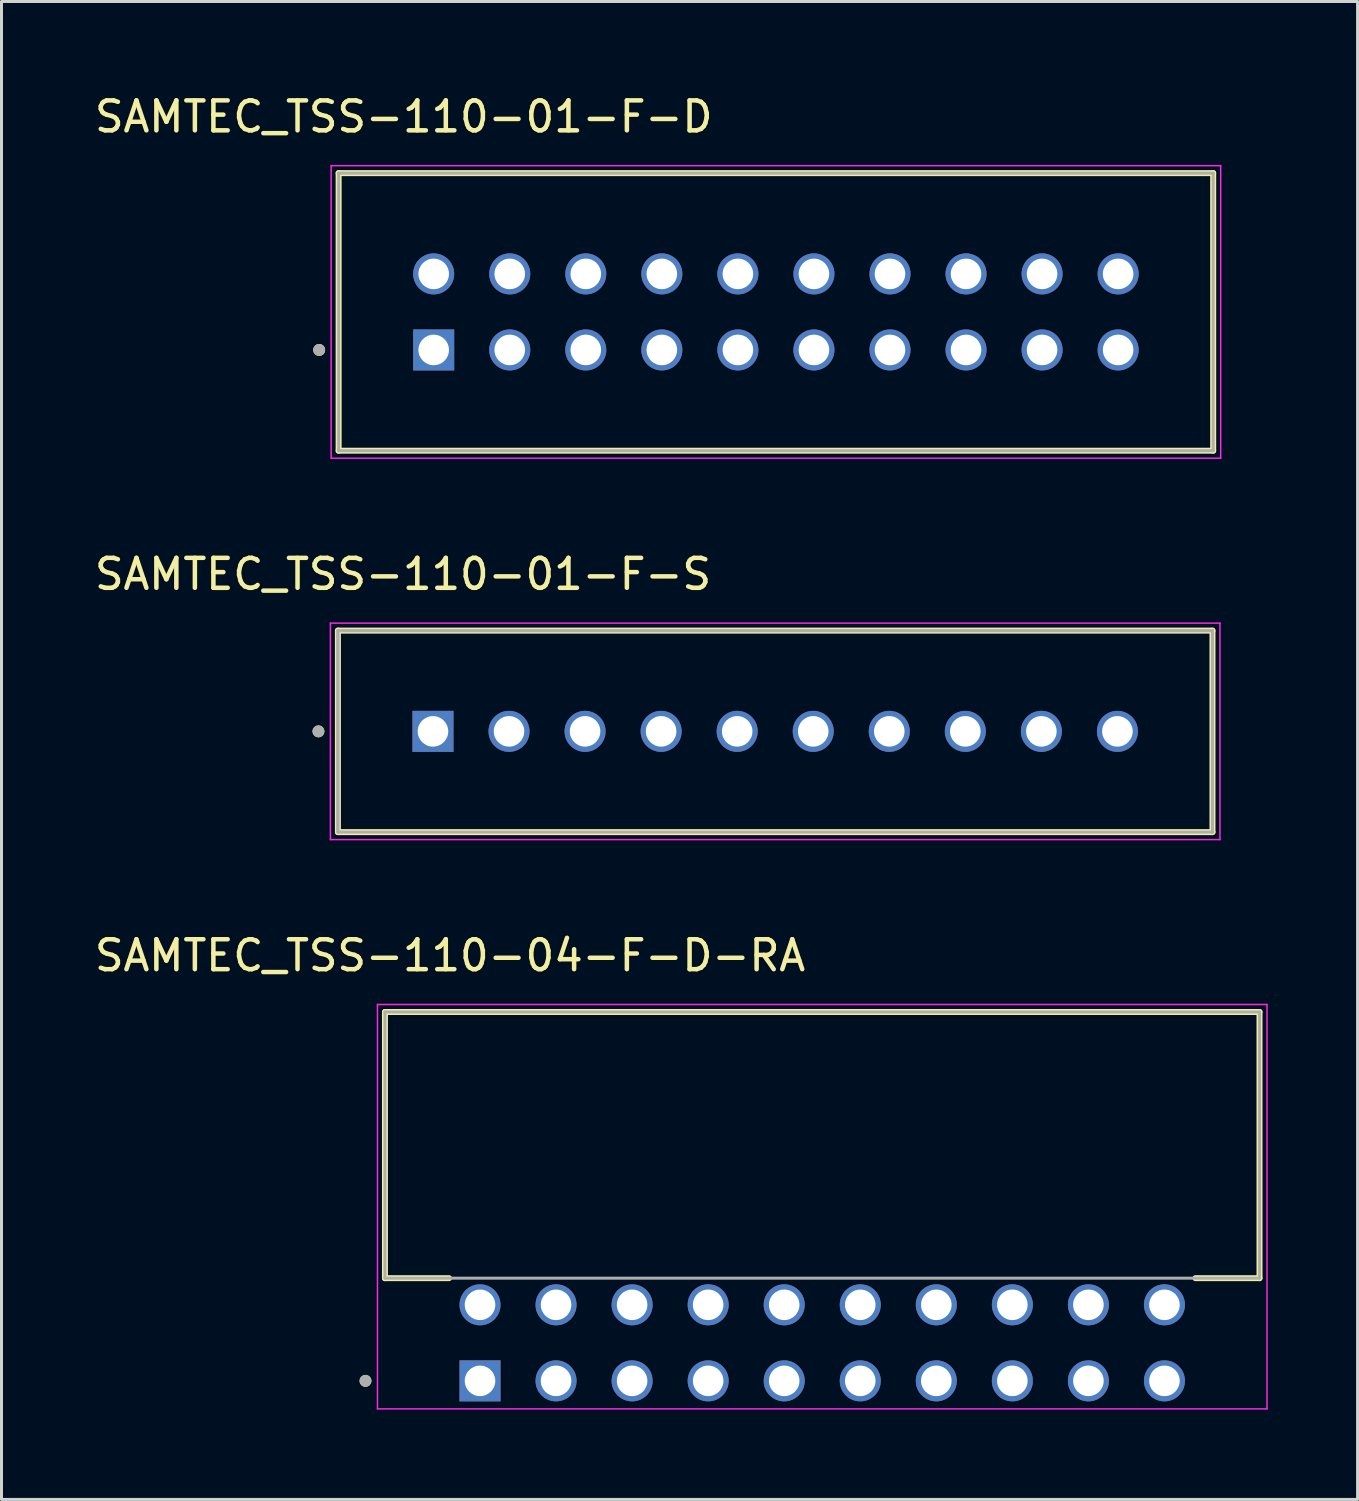
<source format=kicad_pcb>
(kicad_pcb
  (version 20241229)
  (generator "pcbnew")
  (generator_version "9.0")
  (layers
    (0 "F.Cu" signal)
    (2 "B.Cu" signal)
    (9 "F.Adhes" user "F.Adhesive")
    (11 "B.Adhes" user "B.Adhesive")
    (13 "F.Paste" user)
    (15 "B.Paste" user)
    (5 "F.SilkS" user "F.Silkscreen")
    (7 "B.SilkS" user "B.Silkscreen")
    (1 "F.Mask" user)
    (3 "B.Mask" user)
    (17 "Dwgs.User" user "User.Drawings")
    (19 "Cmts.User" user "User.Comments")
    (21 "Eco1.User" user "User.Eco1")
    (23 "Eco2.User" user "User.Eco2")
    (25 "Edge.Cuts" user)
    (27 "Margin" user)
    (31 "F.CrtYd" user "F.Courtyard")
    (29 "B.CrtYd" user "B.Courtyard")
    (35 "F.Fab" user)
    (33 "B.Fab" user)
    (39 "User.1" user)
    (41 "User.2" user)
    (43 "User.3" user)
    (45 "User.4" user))
  (footprint "SAMTEC_TSS-110-04-F-D-RA"
    (layer "F.Cu")
    (at 12.982 43.07)
    (property "Reference" "SAMTEC_TSS-110-04-F-D-RA" (at -1 -14.205 0) (layer "F.SilkS") (effects (font (size 1 1) (thickness 0.15))))
    (attr through_hole)
    (fp_line (start -3.175 -12.32) (end 26.035 -12.32) (stroke (width 0.2) (type solid)) (layer "F.SilkS"))
    (fp_line (start -3.175 -3.43) (end -3.175 -12.32) (stroke (width 0.2) (type solid)) (layer "F.SilkS"))
    (fp_line (start -1.035 -3.43) (end -3.175 -3.43) (stroke (width 0.2) (type solid)) (layer "F.SilkS"))
    (fp_line (start 23.895 -3.43) (end 26.035 -3.43) (stroke (width 0.2) (type solid)) (layer "F.SilkS"))
    (fp_line (start 26.035 -12.32) (end 26.035 -3.43) (stroke (width 0.2) (type solid)) (layer "F.SilkS"))
    (fp_circle (center -3.825 0) (end -3.725 0) (stroke (width 0.2) (type solid)) (fill no) (layer "F.SilkS"))
    (fp_line (start -3.425 -12.57) (end 26.285 -12.57) (stroke (width 0.05) (type solid)) (layer "F.CrtYd"))
    (fp_line (start -3.425 0.935) (end -3.425 -12.57) (stroke (width 0.05) (type solid)) (layer "F.CrtYd"))
    (fp_line (start 26.285 -12.57) (end 26.285 0.935) (stroke (width 0.05) (type solid)) (layer "F.CrtYd"))
    (fp_line (start 26.285 0.935) (end -3.425 0.935) (stroke (width 0.05) (type solid)) (layer "F.CrtYd"))
    (fp_line (start -3.175 -12.32) (end 26.035 -12.32) (stroke (width 0.1) (type solid)) (layer "F.Fab"))
    (fp_line (start -3.175 -3.43) (end -3.175 -12.32) (stroke (width 0.1) (type solid)) (layer "F.Fab"))
    (fp_line (start 26.035 -12.32) (end 26.035 -3.43) (stroke (width 0.1) (type solid)) (layer "F.Fab"))
    (fp_line (start 26.035 -3.43) (end -3.175 -3.43) (stroke (width 0.1) (type solid)) (layer "F.Fab"))
    (fp_circle (center -3.825 0) (end -3.725 0) (stroke (width 0.2) (type solid)) (fill no) (layer "F.Fab"))
    (pad "01" thru_hole rect (at 0 0) (size 1.37 1.37) (drill 1.02) (layers "*.Cu" "*.Mask"))
    (pad "02" thru_hole circle (at 0 -2.54) (size 1.37 1.37) (drill 1.02) (layers "*.Cu" "*.Mask"))
    (pad "03" thru_hole circle (at 2.54 0) (size 1.37 1.37) (drill 1.02) (layers "*.Cu" "*.Mask"))
    (pad "04" thru_hole circle (at 2.54 -2.54) (size 1.37 1.37) (drill 1.02) (layers "*.Cu" "*.Mask"))
    (pad "05" thru_hole circle (at 5.08 0) (size 1.37 1.37) (drill 1.02) (layers "*.Cu" "*.Mask"))
    (pad "06" thru_hole circle (at 5.08 -2.54) (size 1.37 1.37) (drill 1.02) (layers "*.Cu" "*.Mask"))
    (pad "07" thru_hole circle (at 7.62 0) (size 1.37 1.37) (drill 1.02) (layers "*.Cu" "*.Mask"))
    (pad "08" thru_hole circle (at 7.62 -2.54) (size 1.37 1.37) (drill 1.02) (layers "*.Cu" "*.Mask"))
    (pad "09" thru_hole circle (at 10.16 0) (size 1.37 1.37) (drill 1.02) (layers "*.Cu" "*.Mask"))
    (pad "10" thru_hole circle (at 10.16 -2.54) (size 1.37 1.37) (drill 1.02) (layers "*.Cu" "*.Mask"))
    (pad "11" thru_hole circle (at 12.7 0) (size 1.37 1.37) (drill 1.02) (layers "*.Cu" "*.Mask"))
    (pad "12" thru_hole circle (at 12.7 -2.54) (size 1.37 1.37) (drill 1.02) (layers "*.Cu" "*.Mask"))
    (pad "13" thru_hole circle (at 15.24 0) (size 1.37 1.37) (drill 1.02) (layers "*.Cu" "*.Mask"))
    (pad "14" thru_hole circle (at 15.24 -2.54) (size 1.37 1.37) (drill 1.02) (layers "*.Cu" "*.Mask"))
    (pad "15" thru_hole circle (at 17.78 0) (size 1.37 1.37) (drill 1.02) (layers "*.Cu" "*.Mask"))
    (pad "16" thru_hole circle (at 17.78 -2.54) (size 1.37 1.37) (drill 1.02) (layers "*.Cu" "*.Mask"))
    (pad "17" thru_hole circle (at 20.32 0) (size 1.37 1.37) (drill 1.02) (layers "*.Cu" "*.Mask"))
    (pad "18" thru_hole circle (at 20.32 -2.54) (size 1.37 1.37) (drill 1.02) (layers "*.Cu" "*.Mask"))
    (pad "19" thru_hole circle (at 22.86 0) (size 1.37 1.37) (drill 1.02) (layers "*.Cu" "*.Mask"))
    (pad "20" thru_hole circle (at 22.86 -2.54) (size 1.37 1.37) (drill 1.02) (layers "*.Cu" "*.Mask")))
  (footprint "SAMTEC_TSS-110-01-F-S"
    (layer "F.Cu")
    (at 11.411 21.377)
    (property "Reference" "SAMTEC_TSS-110-01-F-S" (at -1 -5.25 0) (layer "F.SilkS") (effects (font (size 1 1) (thickness 0.15))))
    (attr through_hole)
    (fp_line (start -3.175 3.365) (end -3.175 -3.365) (stroke (width 0.2) (type solid)) (layer "F.SilkS"))
    (fp_line (start 26.035 -3.365) (end -3.175 -3.365) (stroke (width 0.2) (type solid)) (layer "F.SilkS"))
    (fp_line (start 26.035 -3.365) (end 26.035 3.365) (stroke (width 0.2) (type solid)) (layer "F.SilkS"))
    (fp_line (start 26.035 3.365) (end -3.175 3.365) (stroke (width 0.2) (type solid)) (layer "F.SilkS"))
    (fp_circle (center -3.825 0) (end -3.725 0) (stroke (width 0.2) (type solid)) (fill no) (layer "F.SilkS"))
    (fp_line (start -3.425 -3.615) (end 26.285 -3.615) (stroke (width 0.05) (type solid)) (layer "F.CrtYd"))
    (fp_line (start -3.425 3.615) (end -3.425 -3.615) (stroke (width 0.05) (type solid)) (layer "F.CrtYd"))
    (fp_line (start 26.285 -3.615) (end 26.285 3.615) (stroke (width 0.05) (type solid)) (layer "F.CrtYd"))
    (fp_line (start 26.285 3.615) (end -3.425 3.615) (stroke (width 0.05) (type solid)) (layer "F.CrtYd"))
    (fp_line (start -3.175 -3.365) (end 26.035 -3.365) (stroke (width 0.1) (type solid)) (layer "F.Fab"))
    (fp_line (start -3.175 -3.365) (end 26.035 -3.365) (stroke (width 0.1) (type solid)) (layer "F.Fab"))
    (fp_line (start -3.175 3.365) (end -3.175 -3.365) (stroke (width 0.1) (type solid)) (layer "F.Fab"))
    (fp_line (start -3.175 3.365) (end -3.175 -3.365) (stroke (width 0.1) (type solid)) (layer "F.Fab"))
    (fp_line (start 26.035 -3.365) (end 26.035 3.365) (stroke (width 0.1) (type solid)) (layer "F.Fab"))
    (fp_line (start 26.035 -3.365) (end 26.035 3.365) (stroke (width 0.1) (type solid)) (layer "F.Fab"))
    (fp_line (start 26.035 3.365) (end -3.175 3.365) (stroke (width 0.1) (type solid)) (layer "F.Fab"))
    (fp_circle (center -3.825 0) (end -3.725 0) (stroke (width 0.2) (type solid)) (fill no) (layer "F.Fab"))
    (pad "01" thru_hole rect (at 0 0) (size 1.37 1.37) (drill 1.02) (layers "*.Cu" "*.Mask"))
    (pad "02" thru_hole circle (at 2.54 0) (size 1.37 1.37) (drill 1.02) (layers "*.Cu" "*.Mask"))
    (pad "03" thru_hole circle (at 5.08 0) (size 1.37 1.37) (drill 1.02) (layers "*.Cu" "*.Mask"))
    (pad "04" thru_hole circle (at 7.62 0) (size 1.37 1.37) (drill 1.02) (layers "*.Cu" "*.Mask"))
    (pad "05" thru_hole circle (at 10.16 0) (size 1.37 1.37) (drill 1.02) (layers "*.Cu" "*.Mask"))
    (pad "06" thru_hole circle (at 12.7 0) (size 1.37 1.37) (drill 1.02) (layers "*.Cu" "*.Mask"))
    (pad "07" thru_hole circle (at 15.24 0) (size 1.37 1.37) (drill 1.02) (layers "*.Cu" "*.Mask"))
    (pad "08" thru_hole circle (at 17.78 0) (size 1.37 1.37) (drill 1.02) (layers "*.Cu" "*.Mask"))
    (pad "09" thru_hole circle (at 20.32 0) (size 1.37 1.37) (drill 1.02) (layers "*.Cu" "*.Mask"))
    (pad "10" thru_hole circle (at 22.86 0) (size 1.37 1.37) (drill 1.02) (layers "*.Cu" "*.Mask")))
  (footprint "SAMTEC_TSS-110-01-F-D"
    (layer "F.Cu")
    (at 11.435 8.638)
    (property "Reference" "SAMTEC_TSS-110-01-F-D" (at -1 -7.79 0) (layer "F.SilkS") (effects (font (size 1 1) (thickness 0.15))))
    (attr through_hole)
    (fp_line (start -3.175 3.365) (end -3.175 -5.905) (stroke (width 0.2) (type solid)) (layer "F.SilkS"))
    (fp_line (start 26.035 -5.905) (end -3.175 -5.905) (stroke (width 0.2) (type solid)) (layer "F.SilkS"))
    (fp_line (start 26.035 -5.905) (end 26.035 3.365) (stroke (width 0.2) (type solid)) (layer "F.SilkS"))
    (fp_line (start 26.035 3.365) (end -3.175 3.365) (stroke (width 0.2) (type solid)) (layer "F.SilkS"))
    (fp_circle (center -3.825 0) (end -3.725 0) (stroke (width 0.2) (type solid)) (fill no) (layer "F.SilkS"))
    (fp_line (start -3.425 -6.155) (end 26.285 -6.155) (stroke (width 0.05) (type solid)) (layer "F.CrtYd"))
    (fp_line (start -3.425 3.615) (end -3.425 -6.155) (stroke (width 0.05) (type solid)) (layer "F.CrtYd"))
    (fp_line (start 26.285 -6.155) (end 26.285 3.615) (stroke (width 0.05) (type solid)) (layer "F.CrtYd"))
    (fp_line (start 26.285 3.615) (end -3.425 3.615) (stroke (width 0.05) (type solid)) (layer "F.CrtYd"))
    (fp_line (start -3.175 -5.905) (end 26.035 -5.905) (stroke (width 0.1) (type solid)) (layer "F.Fab"))
    (fp_line (start -3.175 3.365) (end -3.175 -5.905) (stroke (width 0.1) (type solid)) (layer "F.Fab"))
    (fp_line (start 26.035 -5.905) (end 26.035 3.365) (stroke (width 0.1) (type solid)) (layer "F.Fab"))
    (fp_line (start 26.035 3.365) (end -3.175 3.365) (stroke (width 0.1) (type solid)) (layer "F.Fab"))
    (fp_circle (center -3.825 0) (end -3.725 0) (stroke (width 0.2) (type solid)) (fill no) (layer "F.Fab"))
    (pad "01" thru_hole rect (at 0 0) (size 1.37 1.37) (drill 1.02) (layers "*.Cu" "*.Mask"))
    (pad "02" thru_hole circle (at 0 -2.54) (size 1.37 1.37) (drill 1.02) (layers "*.Cu" "*.Mask"))
    (pad "03" thru_hole circle (at 2.54 0) (size 1.37 1.37) (drill 1.02) (layers "*.Cu" "*.Mask"))
    (pad "04" thru_hole circle (at 2.54 -2.54) (size 1.37 1.37) (drill 1.02) (layers "*.Cu" "*.Mask"))
    (pad "05" thru_hole circle (at 5.08 0) (size 1.37 1.37) (drill 1.02) (layers "*.Cu" "*.Mask"))
    (pad "06" thru_hole circle (at 5.08 -2.54) (size 1.37 1.37) (drill 1.02) (layers "*.Cu" "*.Mask"))
    (pad "07" thru_hole circle (at 7.62 0) (size 1.37 1.37) (drill 1.02) (layers "*.Cu" "*.Mask"))
    (pad "08" thru_hole circle (at 7.62 -2.54) (size 1.37 1.37) (drill 1.02) (layers "*.Cu" "*.Mask"))
    (pad "09" thru_hole circle (at 10.16 0) (size 1.37 1.37) (drill 1.02) (layers "*.Cu" "*.Mask"))
    (pad "10" thru_hole circle (at 10.16 -2.54) (size 1.37 1.37) (drill 1.02) (layers "*.Cu" "*.Mask"))
    (pad "11" thru_hole circle (at 12.7 0) (size 1.37 1.37) (drill 1.02) (layers "*.Cu" "*.Mask"))
    (pad "12" thru_hole circle (at 12.7 -2.54) (size 1.37 1.37) (drill 1.02) (layers "*.Cu" "*.Mask"))
    (pad "13" thru_hole circle (at 15.24 0) (size 1.37 1.37) (drill 1.02) (layers "*.Cu" "*.Mask"))
    (pad "14" thru_hole circle (at 15.24 -2.54) (size 1.37 1.37) (drill 1.02) (layers "*.Cu" "*.Mask"))
    (pad "15" thru_hole circle (at 17.78 0) (size 1.37 1.37) (drill 1.02) (layers "*.Cu" "*.Mask"))
    (pad "16" thru_hole circle (at 17.78 -2.54) (size 1.37 1.37) (drill 1.02) (layers "*.Cu" "*.Mask"))
    (pad "17" thru_hole circle (at 20.32 0) (size 1.37 1.37) (drill 1.02) (layers "*.Cu" "*.Mask"))
    (pad "18" thru_hole circle (at 20.32 -2.54) (size 1.37 1.37) (drill 1.02) (layers "*.Cu" "*.Mask"))
    (pad "19" thru_hole circle (at 22.86 0) (size 1.37 1.37) (drill 1.02) (layers "*.Cu" "*.Mask"))
    (pad "20" thru_hole circle (at 22.86 -2.54) (size 1.37 1.37) (drill 1.02) (layers "*.Cu" "*.Mask")))
  (gr_rect
    (start -3 -3)
    (end 42.292 47.03)
    (stroke (width 0.1) (type default))
    (fill no)
    (layer "Edge.Cuts")))
</source>
